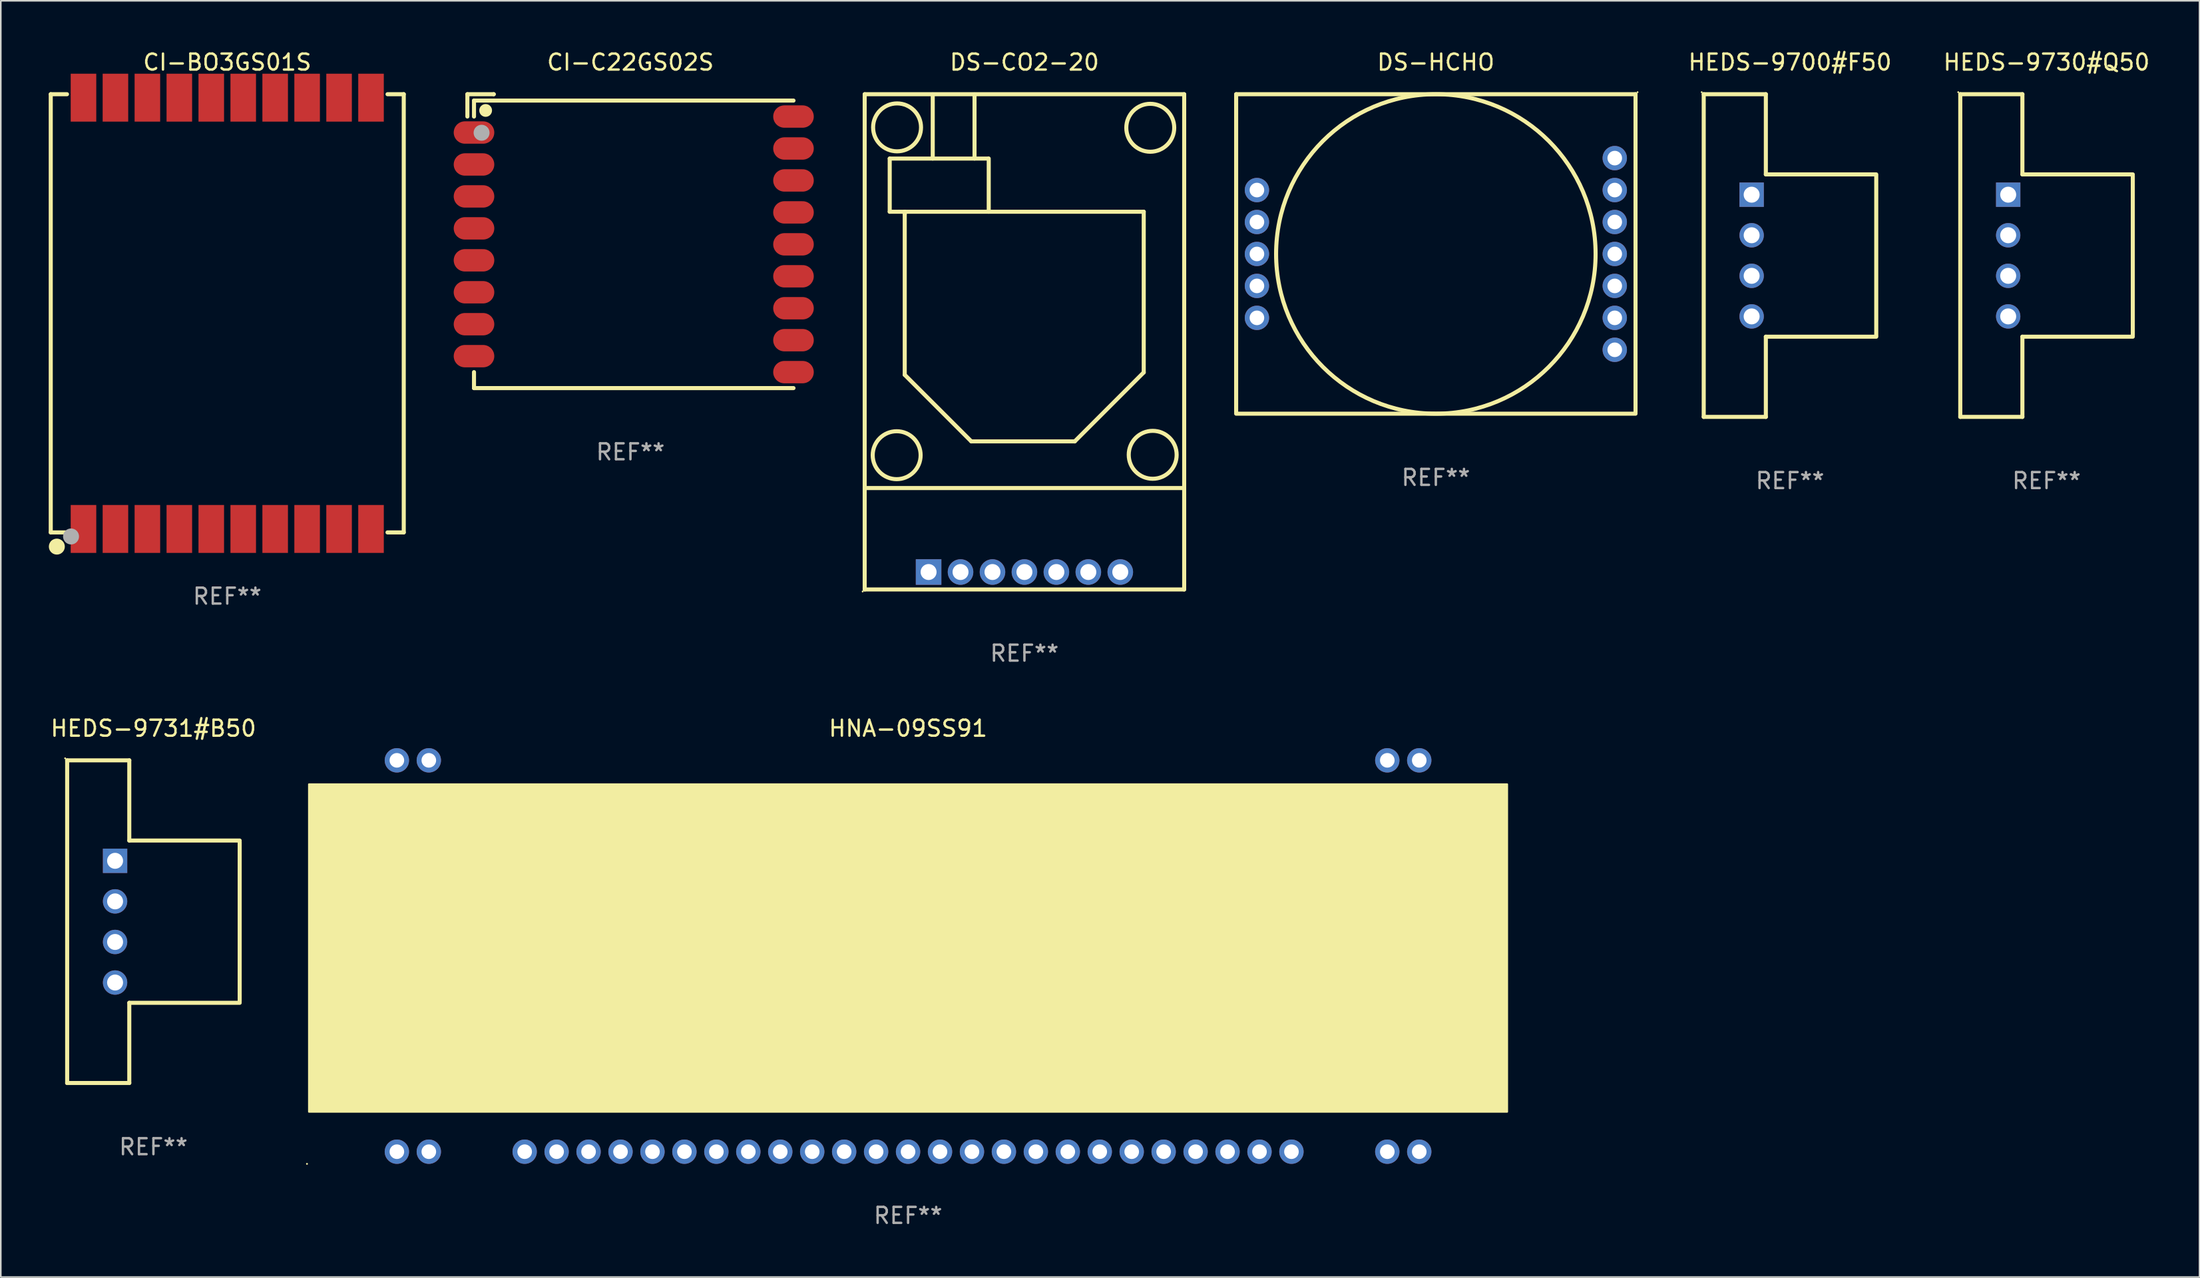
<source format=kicad_pcb>
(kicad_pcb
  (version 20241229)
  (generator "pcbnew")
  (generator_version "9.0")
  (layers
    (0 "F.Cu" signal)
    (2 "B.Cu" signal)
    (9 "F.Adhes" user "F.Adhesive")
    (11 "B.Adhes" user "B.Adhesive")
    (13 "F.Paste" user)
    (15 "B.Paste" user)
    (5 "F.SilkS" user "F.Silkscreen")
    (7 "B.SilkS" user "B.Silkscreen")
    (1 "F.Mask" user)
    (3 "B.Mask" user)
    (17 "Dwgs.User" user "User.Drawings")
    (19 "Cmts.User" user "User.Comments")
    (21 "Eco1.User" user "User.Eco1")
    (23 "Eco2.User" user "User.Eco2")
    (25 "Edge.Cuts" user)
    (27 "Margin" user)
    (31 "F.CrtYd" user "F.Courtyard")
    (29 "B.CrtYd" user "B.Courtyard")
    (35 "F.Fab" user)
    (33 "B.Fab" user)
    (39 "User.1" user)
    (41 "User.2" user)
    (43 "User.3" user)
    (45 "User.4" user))
  (footprint "CI-BO3GS01S"
    (layer "F.Cu")
    (at 11.176 16.564)
    (property "Reference" "CI-BO3GS01S" (at 0 -15.716 0) (layer "F.SilkS") (effects (font (size 1 1) (thickness 0.15))))
    (attr through_hole)
    (fp_line (start -11.049 -13.716) (end -11.049 13.716) (stroke (width 0.254) (type solid)) (layer "F.SilkS"))
    (fp_line (start -11.049 13.716) (end -10.031 13.716) (stroke (width 0.254) (type solid)) (layer "F.SilkS"))
    (fp_line (start -10.033 -13.716) (end -11.049 -13.716) (stroke (width 0.254) (type solid)) (layer "F.SilkS"))
    (fp_line (start 10.033 -13.716) (end 11.049 -13.716) (stroke (width 0.254) (type solid)) (layer "F.SilkS"))
    (fp_line (start 11.049 -13.716) (end 11.049 13.716) (stroke (width 0.254) (type solid)) (layer "F.SilkS"))
    (fp_line (start 11.049 13.716) (end 10.031 13.716) (stroke (width 0.254) (type solid)) (layer "F.SilkS"))
    (fp_circle (center -11 13.5) (end -10.97 13.5) (stroke (width 0.06) (type solid)) (fill no) (layer "F.SilkS"))
    (fp_circle (center -10.795 14.478) (end -10.615 14.478) (stroke (width 0.254) (type solid)) (fill no) (layer "F.SilkS"))
    (fp_circle (center -10.668 14.605) (end -10.418 14.605) (stroke (width 0.5) (type solid)) (fill no) (layer "F.SilkS"))
    (fp_circle (center -9.779 13.97) (end -9.529 13.97) (stroke (width 0.5) (type solid)) (fill no) (layer "F.Fab"))
    (fp_text user "REF**" (at 0 17.716 0) (layer "F.Fab") (effects (font (size 1 1) (thickness 0.15))))
    (pad "1" smd rect (at -9 13.5) (size 1.6 3) (layers "F.Cu" "F.Mask" "F.Paste"))
    (pad "2" smd rect (at -7 13.5) (size 1.6 3) (layers "F.Cu" "F.Mask" "F.Paste"))
    (pad "3" smd rect (at -5 13.5) (size 1.6 3) (layers "F.Cu" "F.Mask" "F.Paste"))
    (pad "4" smd rect (at -3 13.5) (size 1.6 3) (layers "F.Cu" "F.Mask" "F.Paste"))
    (pad "5" smd rect (at -1 13.5) (size 1.6 3) (layers "F.Cu" "F.Mask" "F.Paste"))
    (pad "6" smd rect (at 1 13.5) (size 1.6 3) (layers "F.Cu" "F.Mask" "F.Paste"))
    (pad "7" smd rect (at 3 13.5) (size 1.6 3) (layers "F.Cu" "F.Mask" "F.Paste"))
    (pad "8" smd rect (at 5 13.5) (size 1.6 3) (layers "F.Cu" "F.Mask" "F.Paste"))
    (pad "9" smd rect (at 7 13.5) (size 1.6 3) (layers "F.Cu" "F.Mask" "F.Paste"))
    (pad "10" smd rect (at 9 13.5) (size 1.6 3) (layers "F.Cu" "F.Mask" "F.Paste"))
    (pad "11" smd rect (at 9 -13.5 180) (size 1.6 3) (layers "F.Cu" "F.Mask" "F.Paste"))
    (pad "12" smd rect (at 7 -13.5 180) (size 1.6 3) (layers "F.Cu" "F.Mask" "F.Paste"))
    (pad "13" smd rect (at 5 -13.5 180) (size 1.6 3) (layers "F.Cu" "F.Mask" "F.Paste"))
    (pad "14" smd rect (at 3 -13.5 180) (size 1.6 3) (layers "F.Cu" "F.Mask" "F.Paste"))
    (pad "15" smd rect (at 1 -13.5 180) (size 1.6 3) (layers "F.Cu" "F.Mask" "F.Paste"))
    (pad "16" smd rect (at -1 -13.5 180) (size 1.6 3) (layers "F.Cu" "F.Mask" "F.Paste"))
    (pad "17" smd rect (at -3 -13.5) (size 1.6 3) (layers "F.Cu" "F.Mask" "F.Paste"))
    (pad "18" smd rect (at -5 -13.5) (size 1.6 3) (layers "F.Cu" "F.Mask" "F.Paste"))
    (pad "19" smd rect (at -7 -13.5) (size 1.6 3) (layers "F.Cu" "F.Mask" "F.Paste"))
    (pad "20" smd rect (at -9 -13.5) (size 1.6 3) (layers "F.Cu" "F.Mask" "F.Paste")))
  (footprint "HEDS-9731#B50"
    (layer "F.Cu")
    (at 6.554 54.649)
    (property "Reference" "HEDS-9731#B50" (at 0 -12.1 0) (layer "F.SilkS") (effects (font (size 1 1) (thickness 0.15))))
    (attr through_hole)
    (fp_line (start -5.4 -10.1) (end -5.4 10.1) (stroke (width 0.254) (type solid)) (layer "F.SilkS"))
    (fp_line (start -5.4 -10.1) (end -1.511 -10.1) (stroke (width 0.254) (type solid)) (layer "F.SilkS"))
    (fp_line (start -5.4 10.1) (end -1.511 10.1) (stroke (width 0.254) (type solid)) (layer "F.SilkS"))
    (fp_line (start -1.511 -10.1) (end -1.511 -5.08) (stroke (width 0.254) (type solid)) (layer "F.SilkS"))
    (fp_line (start -1.511 -5.08) (end 5.4 -5.08) (stroke (width 0.254) (type solid)) (layer "F.SilkS"))
    (fp_line (start -1.511 5.08) (end 5.4 5.08) (stroke (width 0.254) (type solid)) (layer "F.SilkS"))
    (fp_line (start -1.511 10.1) (end -1.511 5.08) (stroke (width 0.254) (type solid)) (layer "F.SilkS"))
    (fp_line (start 5.4 -5) (end 5.4 5) (stroke (width 0.254) (type solid)) (layer "F.SilkS"))
    (fp_circle (center -5.527 -10.227) (end -5.497 -10.227) (stroke (width 0.06) (type solid)) (fill no) (layer "F.SilkS"))
    (fp_text user "REF**" (at 0 14.1 0) (layer "F.Fab") (effects (font (size 1 1) (thickness 0.15))))
    (pad "1" thru_hole rect (at -2.4 -3.81) (size 1.524 1.524) (drill 1) (layers "*.Cu" "*.Mask"))
    (pad "2" thru_hole circle (at -2.4 -1.27) (size 1.524 1.524) (drill 1) (layers "*.Cu" "*.Mask"))
    (pad "3" thru_hole circle (at -2.4 1.27) (size 1.524 1.524) (drill 1) (layers "*.Cu" "*.Mask"))
    (pad "4" thru_hole circle (at -2.4 3.81) (size 1.524 1.524) (drill 1) (layers "*.Cu" "*.Mask")))
  (footprint "HNA-09SS91"
    (layer "F.Cu")
    (at 53.794 56.799)
    (property "Reference" "HNA-09SS91" (at 0 -14.25 0) (layer "F.SilkS") (effects (font (size 1 1) (thickness 0.15))))
    (attr through_hole)
    (fp_circle (center -37.627 13.012) (end -37.597 13.012) (stroke (width 0.06) (type solid)) (fill no) (layer "F.SilkS"))
    (fp_poly (pts (xy -37.5 -10.75) (xy 37.5 -10.75) (xy 37.5 9.75) (xy -37.5 9.75)) (stroke (width 0.12) (type solid)) (fill yes) (layer "F.SilkS"))
    (fp_poly (pts (xy -24.5 -5.45) (xy 24.5 -5.45) (xy 24.5 3.55) (xy -24.5 3.55)) (stroke (width 0.12) (type solid)) (fill yes) (layer "F.SilkS"))
    (fp_text user "REF**" (at 0 16.25 0) (layer "F.Fab") (effects (font (size 1 1) (thickness 0.15))))
    (pad "0" thru_hole circle (at -32 -12.25) (size 1.524 1.524) (drill 0.914) (layers "*.Cu" "*.Mask"))
    (pad "0" thru_hole circle (at -30 -12.25) (size 1.524 1.524) (drill 0.914) (layers "*.Cu" "*.Mask"))
    (pad "0" thru_hole circle (at 30 -12.25) (size 1.524 1.524) (drill 0.914) (layers "*.Cu" "*.Mask"))
    (pad "0" thru_hole circle (at 32 -12.25) (size 1.524 1.524) (drill 0.914) (layers "*.Cu" "*.Mask"))
    (pad "1" thru_hole circle (at -32 12.25) (size 1.524 1.524) (drill 0.914) (layers "*.Cu" "*.Mask"))
    (pad "2" thru_hole circle (at -30 12.25) (size 1.524 1.524) (drill 0.914) (layers "*.Cu" "*.Mask"))
    (pad "5" thru_hole circle (at -24 12.25) (size 1.524 1.524) (drill 0.914) (layers "*.Cu" "*.Mask"))
    (pad "6" thru_hole circle (at -22 12.25) (size 1.524 1.524) (drill 0.914) (layers "*.Cu" "*.Mask"))
    (pad "7" thru_hole circle (at -20 12.25) (size 1.524 1.524) (drill 0.914) (layers "*.Cu" "*.Mask"))
    (pad "8" thru_hole circle (at -18 12.25) (size 1.524 1.524) (drill 0.914) (layers "*.Cu" "*.Mask"))
    (pad "9" thru_hole circle (at -16 12.25) (size 1.524 1.524) (drill 0.914) (layers "*.Cu" "*.Mask"))
    (pad "10" thru_hole circle (at -14 12.25) (size 1.524 1.524) (drill 0.914) (layers "*.Cu" "*.Mask"))
    (pad "11" thru_hole circle (at -12 12.25) (size 1.524 1.524) (drill 0.914) (layers "*.Cu" "*.Mask"))
    (pad "12" thru_hole circle (at -10 12.25) (size 1.524 1.524) (drill 0.914) (layers "*.Cu" "*.Mask"))
    (pad "13" thru_hole circle (at -8 12.25) (size 1.524 1.524) (drill 0.914) (layers "*.Cu" "*.Mask"))
    (pad "14" thru_hole circle (at -6 12.25) (size 1.524 1.524) (drill 0.914) (layers "*.Cu" "*.Mask"))
    (pad "15" thru_hole circle (at -4 12.25) (size 1.524 1.524) (drill 0.914) (layers "*.Cu" "*.Mask"))
    (pad "16" thru_hole circle (at -2 12.25) (size 1.524 1.524) (drill 0.914) (layers "*.Cu" "*.Mask"))
    (pad "17" thru_hole circle (at 0 12.25) (size 1.524 1.524) (drill 0.914) (layers "*.Cu" "*.Mask"))
    (pad "18" thru_hole circle (at 2 12.25) (size 1.524 1.524) (drill 0.914) (layers "*.Cu" "*.Mask"))
    (pad "19" thru_hole circle (at 4 12.25) (size 1.524 1.524) (drill 0.914) (layers "*.Cu" "*.Mask"))
    (pad "20" thru_hole circle (at 6 12.25) (size 1.524 1.524) (drill 0.914) (layers "*.Cu" "*.Mask"))
    (pad "21" thru_hole circle (at 8 12.25) (size 1.524 1.524) (drill 0.914) (layers "*.Cu" "*.Mask"))
    (pad "22" thru_hole circle (at 10 12.25) (size 1.524 1.524) (drill 0.914) (layers "*.Cu" "*.Mask"))
    (pad "23" thru_hole circle (at 12 12.25) (size 1.524 1.524) (drill 0.914) (layers "*.Cu" "*.Mask"))
    (pad "24" thru_hole circle (at 14 12.25) (size 1.524 1.524) (drill 0.914) (layers "*.Cu" "*.Mask"))
    (pad "25" thru_hole circle (at 16 12.25) (size 1.524 1.524) (drill 0.914) (layers "*.Cu" "*.Mask"))
    (pad "26" thru_hole circle (at 18 12.25) (size 1.524 1.524) (drill 0.914) (layers "*.Cu" "*.Mask"))
    (pad "27" thru_hole circle (at 20 12.25) (size 1.524 1.524) (drill 0.914) (layers "*.Cu" "*.Mask"))
    (pad "28" thru_hole circle (at 22 12.25) (size 1.524 1.524) (drill 0.914) (layers "*.Cu" "*.Mask"))
    (pad "29" thru_hole circle (at 24 12.25) (size 1.524 1.524) (drill 0.914) (layers "*.Cu" "*.Mask"))
    (pad "32" thru_hole circle (at 30 12.25) (size 1.524 1.524) (drill 0.914) (layers "*.Cu" "*.Mask"))
    (pad "33" thru_hole circle (at 32 12.25) (size 1.524 1.524) (drill 0.914) (layers "*.Cu" "*.Mask")))
  (footprint "HEDS-9730#Q50"
    (layer "F.Cu")
    (at 125.062 12.948)
    (property "Reference" "HEDS-9730#Q50" (at 0 -12.1 0) (layer "F.SilkS") (effects (font (size 1 1) (thickness 0.15))))
    (attr through_hole)
    (fp_line (start -5.4 -10.1) (end -5.4 10.1) (stroke (width 0.254) (type solid)) (layer "F.SilkS"))
    (fp_line (start -5.4 -10.1) (end -1.511 -10.1) (stroke (width 0.254) (type solid)) (layer "F.SilkS"))
    (fp_line (start -5.4 10.1) (end -1.511 10.1) (stroke (width 0.254) (type solid)) (layer "F.SilkS"))
    (fp_line (start -1.511 -10.1) (end -1.511 -5.08) (stroke (width 0.254) (type solid)) (layer "F.SilkS"))
    (fp_line (start -1.511 -5.08) (end 5.4 -5.08) (stroke (width 0.254) (type solid)) (layer "F.SilkS"))
    (fp_line (start -1.511 5.08) (end 5.4 5.08) (stroke (width 0.254) (type solid)) (layer "F.SilkS"))
    (fp_line (start -1.511 10.1) (end -1.511 5.08) (stroke (width 0.254) (type solid)) (layer "F.SilkS"))
    (fp_line (start 5.4 -5) (end 5.4 5) (stroke (width 0.254) (type solid)) (layer "F.SilkS"))
    (fp_circle (center -5.527 -10.227) (end -5.497 -10.227) (stroke (width 0.06) (type solid)) (fill no) (layer "F.SilkS"))
    (fp_text user "REF**" (at 0 14.1 0) (layer "F.Fab") (effects (font (size 1 1) (thickness 0.15))))
    (pad "1" thru_hole rect (at -2.4 -3.81) (size 1.524 1.524) (drill 1) (layers "*.Cu" "*.Mask"))
    (pad "2" thru_hole circle (at -2.4 -1.27) (size 1.524 1.524) (drill 1) (layers "*.Cu" "*.Mask"))
    (pad "3" thru_hole circle (at -2.4 1.27) (size 1.524 1.524) (drill 1) (layers "*.Cu" "*.Mask"))
    (pad "4" thru_hole circle (at -2.4 3.81) (size 1.524 1.524) (drill 1) (layers "*.Cu" "*.Mask")))
  (footprint "HEDS-9700#F50"
    (layer "F.Cu")
    (at 109.002 12.948)
    (property "Reference" "HEDS-9700#F50" (at 0 -12.1 0) (layer "F.SilkS") (effects (font (size 1 1) (thickness 0.15))))
    (attr through_hole)
    (fp_line (start -5.4 -10.1) (end -5.4 10.1) (stroke (width 0.254) (type solid)) (layer "F.SilkS"))
    (fp_line (start -5.4 -10.1) (end -1.511 -10.1) (stroke (width 0.254) (type solid)) (layer "F.SilkS"))
    (fp_line (start -5.4 10.1) (end -1.511 10.1) (stroke (width 0.254) (type solid)) (layer "F.SilkS"))
    (fp_line (start -1.511 -10.1) (end -1.511 -5.08) (stroke (width 0.254) (type solid)) (layer "F.SilkS"))
    (fp_line (start -1.511 -5.08) (end 5.4 -5.08) (stroke (width 0.254) (type solid)) (layer "F.SilkS"))
    (fp_line (start -1.511 5.08) (end 5.4 5.08) (stroke (width 0.254) (type solid)) (layer "F.SilkS"))
    (fp_line (start -1.511 10.1) (end -1.511 5.08) (stroke (width 0.254) (type solid)) (layer "F.SilkS"))
    (fp_line (start 5.4 -5) (end 5.4 5) (stroke (width 0.254) (type solid)) (layer "F.SilkS"))
    (fp_circle (center -5.527 -10.227) (end -5.497 -10.227) (stroke (width 0.06) (type solid)) (fill no) (layer "F.SilkS"))
    (fp_text user "REF**" (at 0 14.1 0) (layer "F.Fab") (effects (font (size 1 1) (thickness 0.15))))
    (pad "1" thru_hole rect (at -2.4 -3.81) (size 1.524 1.524) (drill 1) (layers "*.Cu" "*.Mask"))
    (pad "2" thru_hole circle (at -2.4 -1.27) (size 1.524 1.524) (drill 1) (layers "*.Cu" "*.Mask"))
    (pad "3" thru_hole circle (at -2.4 1.27) (size 1.524 1.524) (drill 1) (layers "*.Cu" "*.Mask"))
    (pad "4" thru_hole circle (at -2.4 3.81) (size 1.524 1.524) (drill 1) (layers "*.Cu" "*.Mask")))
  (footprint "DS-HCHO"
    (layer "F.Cu")
    (at 86.833 12.848)
    (property "Reference" "DS-HCHO" (at 0 -12 0) (layer "F.SilkS") (effects (font (size 1 1) (thickness 0.15))))
    (attr through_hole)
    (fp_line (start -12.5 -10) (end -12.5 9.906) (stroke (width 0.254) (type solid)) (layer "F.SilkS"))
    (fp_line (start -12.5 -10) (end 12.5 -10) (stroke (width 0.254) (type solid)) (layer "F.SilkS"))
    (fp_line (start 12.5 -10) (end 12.5 9.906) (stroke (width 0.254) (type solid)) (layer "F.SilkS"))
    (fp_line (start 12.5 10) (end -12.5 10) (stroke (width 0.254) (type solid)) (layer "F.SilkS"))
    (fp_circle (center 0 0) (end 10 0) (stroke (width 0.254) (type solid)) (fill no) (layer "F.SilkS"))
    (fp_circle (center 12.627 -10.127) (end 12.657 -10.127) (stroke (width 0.06) (type solid)) (fill no) (layer "F.SilkS"))
    (fp_text user "REF**" (at 0 14 0) (layer "F.Fab") (effects (font (size 1 1) (thickness 0.15))))
    (pad "1" thru_hole circle (at 11.2 -6) (size 1.524 1.524) (drill 0.914) (layers "*.Cu" "*.Mask"))
    (pad "2" thru_hole circle (at 11.2 -4) (size 1.524 1.524) (drill 0.914) (layers "*.Cu" "*.Mask"))
    (pad "3" thru_hole circle (at 11.2 -2) (size 1.524 1.524) (drill 0.914) (layers "*.Cu" "*.Mask"))
    (pad "4" thru_hole circle (at 11.2 0) (size 1.524 1.524) (drill 0.914) (layers "*.Cu" "*.Mask"))
    (pad "5" thru_hole circle (at 11.2 2) (size 1.524 1.524) (drill 0.914) (layers "*.Cu" "*.Mask"))
    (pad "6" thru_hole circle (at 11.2 4) (size 1.524 1.524) (drill 0.914) (layers "*.Cu" "*.Mask"))
    (pad "7" thru_hole circle (at 11.2 6) (size 1.524 1.524) (drill 0.914) (layers "*.Cu" "*.Mask"))
    (pad "8" thru_hole circle (at -11.2 -4) (size 1.524 1.524) (drill 0.914) (layers "*.Cu" "*.Mask"))
    (pad "9" thru_hole circle (at -11.2 -2) (size 1.524 1.524) (drill 0.914) (layers "*.Cu" "*.Mask"))
    (pad "10" thru_hole circle (at -11.2 0) (size 1.524 1.524) (drill 0.914) (layers "*.Cu" "*.Mask"))
    (pad "11" thru_hole circle (at -11.2 2) (size 1.524 1.524) (drill 0.914) (layers "*.Cu" "*.Mask"))
    (pad "12" thru_hole circle (at -11.2 4) (size 1.524 1.524) (drill 0.914) (layers "*.Cu" "*.Mask")))
  (footprint "CI-C22GS02S"
    (layer "F.Cu")
    (at 36.415 12.047)
    (property "Reference" "CI-C22GS02S" (at 0 -11.199 0) (layer "F.SilkS") (effects (font (size 1 1) (thickness 0.15))))
    (attr through_hole)
    (fp_line (start -10.207 -9.199) (end -10.207 -7.802) (stroke (width 0.254) (type solid)) (layer "F.SilkS"))
    (fp_line (start -9.793 -8.801) (end -9.793 -7.801) (stroke (width 0.254) (type solid)) (layer "F.SilkS"))
    (fp_line (start -9.793 -8.801) (end 10.207 -8.801) (stroke (width 0.254) (type solid)) (layer "F.SilkS"))
    (fp_line (start -9.793 9.199) (end -9.793 8.199) (stroke (width 0.254) (type solid)) (layer "F.SilkS"))
    (fp_line (start -9.793 9.199) (end 10.207 9.199) (stroke (width 0.254) (type solid)) (layer "F.SilkS"))
    (fp_line (start -8.556 -9.199) (end -10.207 -9.199) (stroke (width 0.254) (type solid)) (layer "F.SilkS"))
    (fp_line (start -8.556 -9.199) (end -8.556 -9.199) (stroke (width 0.254) (type solid)) (layer "F.SilkS"))
    (fp_circle (center -9.793 -8.801) (end -9.763 -8.801) (stroke (width 0.06) (type solid)) (fill no) (layer "F.SilkS"))
    (fp_circle (center -9.064 -8.183) (end -8.864 -8.183) (stroke (width 0.4) (type solid)) (fill no) (layer "F.SilkS"))
    (fp_circle (center -9.318 -6.786) (end -9.068 -6.786) (stroke (width 0.5) (type solid)) (fill no) (layer "F.Fab"))
    (fp_text user "REF**" (at 0 13.199 0) (layer "F.Fab") (effects (font (size 1 1) (thickness 0.15))))
    (pad "1" smd oval (at -9.793 -6.801 270) (size 1.4 2.54) (layers "F.Cu" "F.Mask" "F.Paste"))
    (pad "2" smd oval (at -9.793 -4.801 270) (size 1.4 2.54) (layers "F.Cu" "F.Mask" "F.Paste"))
    (pad "3" smd oval (at -9.793 -2.801 270) (size 1.4 2.54) (layers "F.Cu" "F.Mask" "F.Paste"))
    (pad "4" smd oval (at -9.793 -0.801 270) (size 1.4 2.54) (layers "F.Cu" "F.Mask" "F.Paste"))
    (pad "5" smd oval (at -9.793 1.199 270) (size 1.4 2.54) (layers "F.Cu" "F.Mask" "F.Paste"))
    (pad "6" smd oval (at -9.793 3.199 270) (size 1.4 2.54) (layers "F.Cu" "F.Mask" "F.Paste"))
    (pad "7" smd oval (at -9.793 5.199 270) (size 1.4 2.54) (layers "F.Cu" "F.Mask" "F.Paste"))
    (pad "8" smd oval (at -9.793 7.199 270) (size 1.4 2.54) (layers "F.Cu" "F.Mask" "F.Paste"))
    (pad "9" smd oval (at 10.207 8.199 90) (size 1.4 2.54) (layers "F.Cu" "F.Mask" "F.Paste"))
    (pad "10" smd oval (at 10.207 6.199 90) (size 1.4 2.54) (layers "F.Cu" "F.Mask" "F.Paste"))
    (pad "11" smd oval (at 10.207 4.199 90) (size 1.4 2.54) (layers "F.Cu" "F.Mask" "F.Paste"))
    (pad "12" smd oval (at 10.207 2.199 90) (size 1.4 2.54) (layers "F.Cu" "F.Mask" "F.Paste"))
    (pad "13" smd oval (at 10.207 0.199 90) (size 1.4 2.54) (layers "F.Cu" "F.Mask" "F.Paste"))
    (pad "14" smd oval (at 10.207 -1.801 90) (size 1.4 2.54) (layers "F.Cu" "F.Mask" "F.Paste"))
    (pad "15" smd oval (at 10.207 -3.801 90) (size 1.4 2.54) (layers "F.Cu" "F.Mask" "F.Paste"))
    (pad "16" smd oval (at 10.207 -5.801 90) (size 1.4 2.54) (layers "F.Cu" "F.Mask" "F.Paste"))
    (pad "17" smd oval (at 10.207 -7.801 90) (size 1.4 2.54) (layers "F.Cu" "F.Mask" "F.Paste")))
  (footprint "DS-CO2-20"
    (layer "F.Cu")
    (at 61.079 18.35)
    (property "Reference" "DS-CO2-20" (at 0 -17.502 0) (layer "F.SilkS") (effects (font (size 1 1) (thickness 0.15))))
    (attr through_hole)
    (fp_line (start -10 -15.502) (end 10 -15.502) (stroke (width 0.254) (type solid)) (layer "F.SilkS"))
    (fp_line (start -10 9.152) (end 10 9.152) (stroke (width 0.254) (type solid)) (layer "F.SilkS"))
    (fp_line (start -10 15.502) (end -10 -15.499) (stroke (width 0.254) (type solid)) (layer "F.SilkS"))
    (fp_line (start -10 15.502) (end 10 15.502) (stroke (width 0.254) (type solid)) (layer "F.SilkS"))
    (fp_line (start -8.433 -11.473) (end -2.261 -11.473) (stroke (width 0.254) (type solid)) (layer "F.SilkS"))
    (fp_line (start -8.433 -8.145) (end -8.433 -11.473) (stroke (width 0.254) (type solid)) (layer "F.SilkS"))
    (fp_line (start -7.874 -8.145) (end -8.433 -8.145) (stroke (width 0.254) (type solid)) (layer "F.SilkS"))
    (fp_line (start -7.823 -8.145) (end 7.468 -8.145) (stroke (width 0.254) (type solid)) (layer "F.SilkS"))
    (fp_line (start -7.493 -8.145) (end -7.493 -7.993) (stroke (width 0.254) (type solid)) (layer "F.SilkS"))
    (fp_line (start -7.493 2.065) (end -7.493 -8.145) (stroke (width 0.254) (type solid)) (layer "F.SilkS"))
    (fp_line (start -5.74 -15.486) (end -5.74 -11.473) (stroke (width 0.254) (type solid)) (layer "F.SilkS"))
    (fp_line (start -3.327 6.231) (end -7.493 2.065) (stroke (width 0.254) (type solid)) (layer "F.SilkS"))
    (fp_line (start -3.124 -15.486) (end -3.124 -11.473) (stroke (width 0.254) (type solid)) (layer "F.SilkS"))
    (fp_line (start -2.235 -11.473) (end -2.235 -8.145) (stroke (width 0.254) (type solid)) (layer "F.SilkS"))
    (fp_line (start 3.15 6.231) (end -3.327 6.231) (stroke (width 0.254) (type solid)) (layer "F.SilkS"))
    (fp_line (start 7.468 -8.145) (end 7.468 1.913) (stroke (width 0.254) (type solid)) (layer "F.SilkS"))
    (fp_line (start 7.468 1.913) (end 3.15 6.231) (stroke (width 0.254) (type solid)) (layer "F.SilkS"))
    (fp_line (start 10 15.502) (end 10 -15.499) (stroke (width 0.254) (type solid)) (layer "F.SilkS"))
    (fp_circle (center -10.127 15.629) (end -10.097 15.629) (stroke (width 0.06) (type solid)) (fill no) (layer "F.SilkS"))
    (fp_circle (center -7.998 7.097) (end -6.498 7.097) (stroke (width 0.254) (type solid)) (fill no) (layer "F.SilkS"))
    (fp_circle (center -7.973 -13.426) (end -6.473 -13.426) (stroke (width 0.254) (type solid)) (fill no) (layer "F.SilkS"))
    (fp_circle (center 7.877 -13.401) (end 9.377 -13.401) (stroke (width 0.254) (type solid)) (fill no) (layer "F.SilkS"))
    (fp_circle (center 8.029 7.072) (end 9.529 7.072) (stroke (width 0.254) (type solid)) (fill no) (layer "F.SilkS"))
    (fp_text user "REF**" (at 0 19.502 0) (layer "F.Fab") (effects (font (size 1 1) (thickness 0.15))))
    (pad "1" thru_hole rect (at -6 14.41) (size 1.6 1.6) (drill 1) (layers "*.Cu" "*.Mask"))
    (pad "2" thru_hole circle (at -4 14.41) (size 1.6 1.6) (drill 1) (layers "*.Cu" "*.Mask"))
    (pad "3" thru_hole circle (at -2 14.41) (size 1.6 1.6) (drill 1) (layers "*.Cu" "*.Mask"))
    (pad "4" thru_hole circle (at 0 14.41) (size 1.6 1.6) (drill 1) (layers "*.Cu" "*.Mask"))
    (pad "5" thru_hole circle (at 2 14.41) (size 1.6 1.6) (drill 1) (layers "*.Cu" "*.Mask"))
    (pad "6" thru_hole circle (at 4 14.41) (size 1.6 1.6) (drill 1) (layers "*.Cu" "*.Mask"))
    (pad "7" thru_hole circle (at 6 14.41) (size 1.6 1.6) (drill 1) (layers "*.Cu" "*.Mask")))
  (gr_rect
    (start -3 -3)
    (end 134.639 76.897)
    (stroke (width 0.1) (type default))
    (fill no)
    (layer "Edge.Cuts")))
</source>
